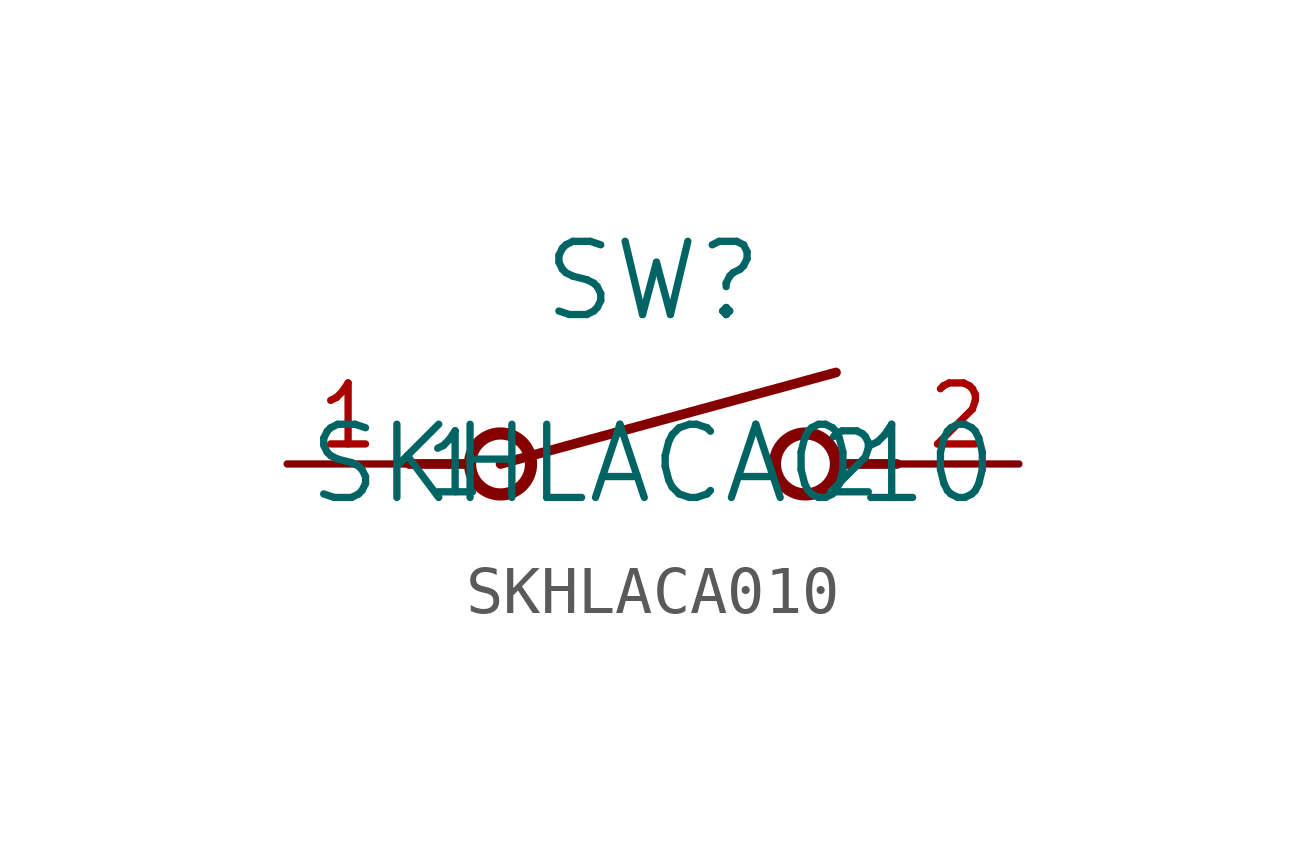
<source format=kicad_sym>
(kicad_symbol_lib
  (version 20211014)
  (generator kicad_symbol_editor)
  (symbol "SKHLACA010"
    (pin_names
      (offset 0.254))
    (property "Reference" "SW"
      (at 0 3.81 0)
      (effects (font (size 1.524 1.524))))
    (property "Value" "SKHLACA010"
      (at 0 0 0)
      (effects (font (size 1.524 1.524))))
    (symbol "SKHLACA010_0_1"
      (polyline (pts (xy -5.08 0) (xy -3.81 0)) (stroke (width 0.203) (type default) (color 0 0 0 0)) (fill (type none)))
      (circle (center 3.175 0) (radius 0.635) (stroke (width 0.254) (type default) (color 0 0 0 0)) (fill (type none)))
      (circle (center -3.175 0) (radius 0.635) (stroke (width 0.254) (type default) (color 0 0 0 0)) (fill (type none)))
      (polyline (pts (xy 5.08 0) (xy 3.81 0)) (stroke (width 0.203) (type default) (color 0 0 0 0)) (fill (type none)))
      (polyline (pts (xy -3.175 0) (xy 3.81 1.905)) (stroke (width 0.203) (type default) (color 0 0 0 0)) (fill (type none)))
      (pin unspecified line (at -7.62 0 0) (length 2.54) (name "1" (effects (font (size 1.27 1.27)))) (number "1" (effects (font (size 1.27 1.27)))))
      (pin unspecified line (at 7.62 0 180) (length 2.54) (name "2" (effects (font (size 1.27 1.27)))) (number "2" (effects (font (size 1.27 1.27))))))))
</source>
